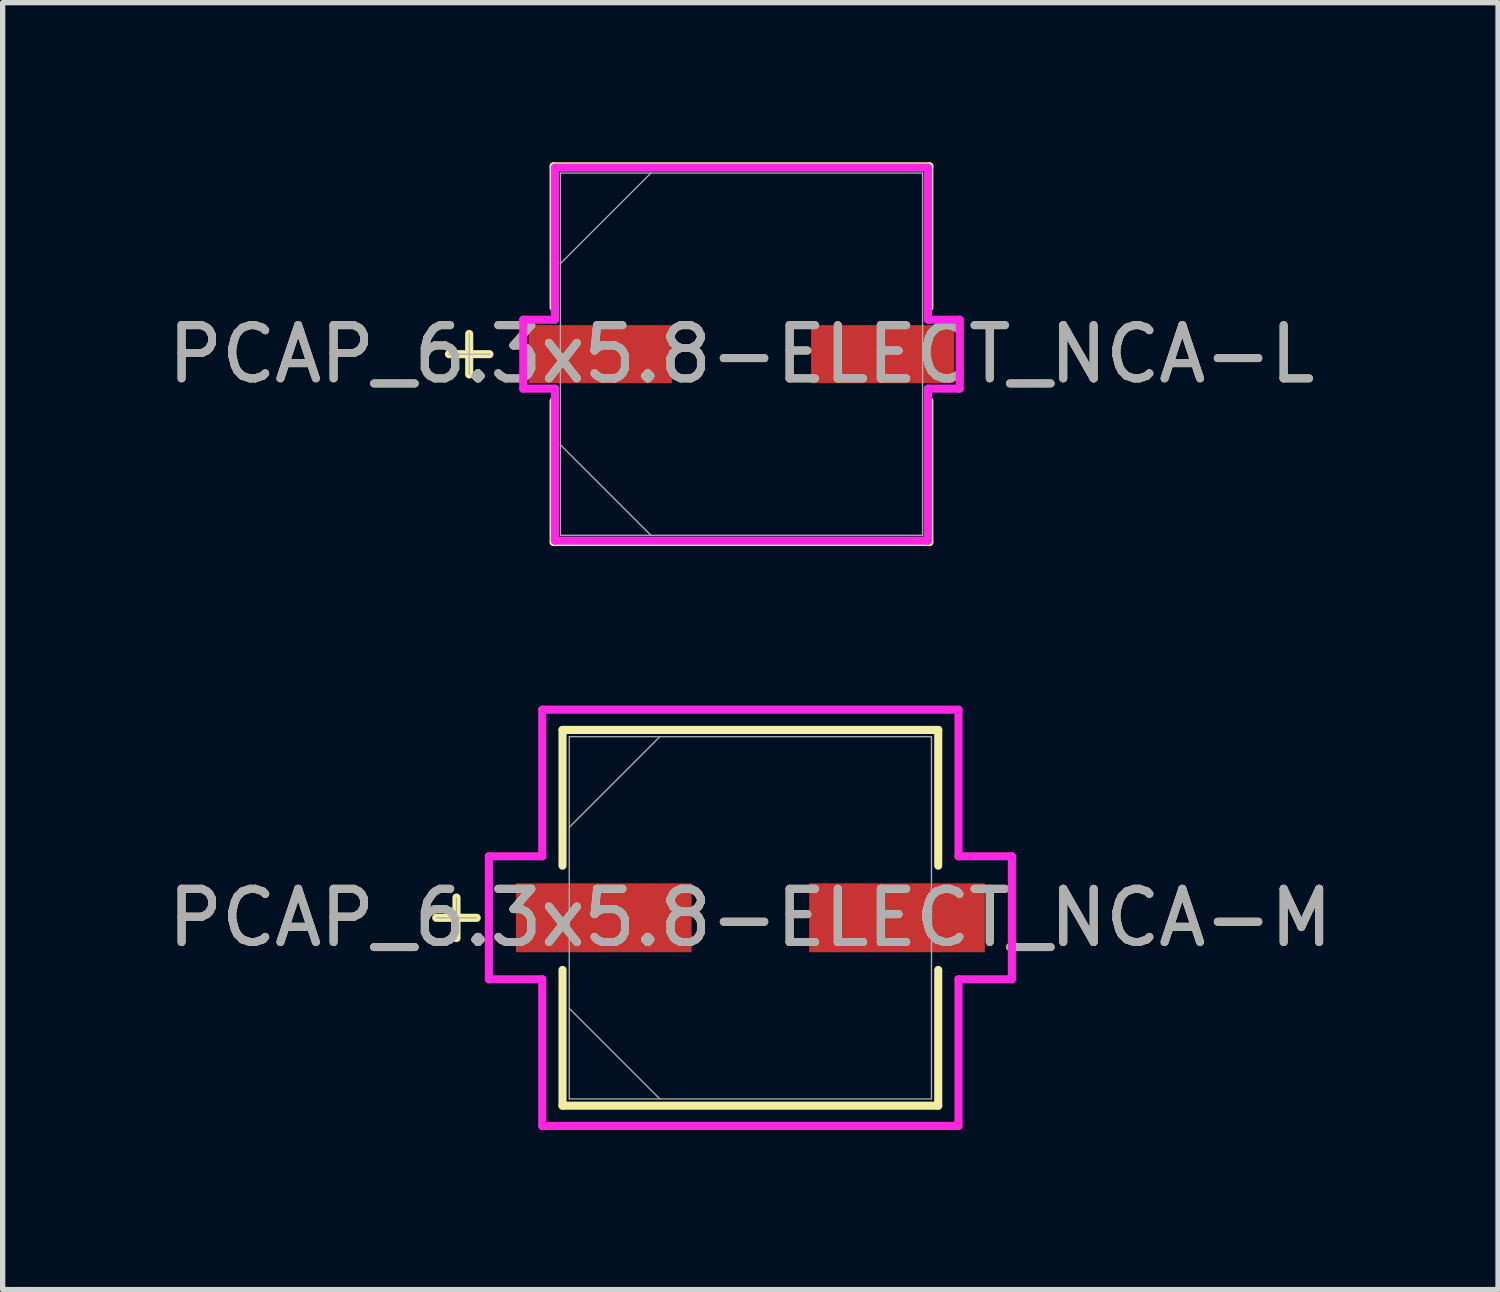
<source format=kicad_pcb>
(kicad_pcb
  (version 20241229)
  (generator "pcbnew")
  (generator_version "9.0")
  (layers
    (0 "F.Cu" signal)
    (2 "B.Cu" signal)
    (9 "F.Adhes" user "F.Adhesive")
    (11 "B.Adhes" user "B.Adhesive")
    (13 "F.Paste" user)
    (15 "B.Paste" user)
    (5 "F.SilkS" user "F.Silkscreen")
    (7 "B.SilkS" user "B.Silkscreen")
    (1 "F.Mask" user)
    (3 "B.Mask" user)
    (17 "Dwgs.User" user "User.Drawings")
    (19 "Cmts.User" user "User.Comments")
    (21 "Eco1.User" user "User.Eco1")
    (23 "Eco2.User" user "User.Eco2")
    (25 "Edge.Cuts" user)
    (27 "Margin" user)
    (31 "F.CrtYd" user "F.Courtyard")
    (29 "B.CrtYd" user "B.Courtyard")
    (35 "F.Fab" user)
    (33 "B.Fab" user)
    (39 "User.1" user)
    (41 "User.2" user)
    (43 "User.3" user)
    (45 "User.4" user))
  (footprint "PCAP_6.3x5.8-ELECT_NCA-M"
    (layer "F.Cu")
    (at 11.054 14.201)
    (property "Reference" "PCAP_6.3x5.8-ELECT_NCA-M" (at 0 0 0) (unlocked yes) (layer "F.SilkS") (effects (font (size 1 1) (thickness 0.15))))
    (attr smd)
    (fp_line (start -5.524 -0.381) (end -5.524 0.381) (stroke (width 0.152) (type solid)) (layer "F.SilkS"))
    (fp_line (start -5.144 0) (end -5.905 0) (stroke (width 0.152) (type solid)) (layer "F.SilkS"))
    (fp_line (start -3.531 -3.531) (end -3.531 -0.98) (stroke (width 0.152) (type solid)) (layer "F.SilkS"))
    (fp_line (start -3.531 0.98) (end -3.531 3.531) (stroke (width 0.152) (type solid)) (layer "F.SilkS"))
    (fp_line (start -3.531 3.531) (end 3.531 3.531) (stroke (width 0.152) (type solid)) (layer "F.SilkS"))
    (fp_line (start 3.531 -3.531) (end -3.531 -3.531) (stroke (width 0.152) (type solid)) (layer "F.SilkS"))
    (fp_line (start 3.531 -0.98) (end 3.531 -3.531) (stroke (width 0.152) (type solid)) (layer "F.SilkS"))
    (fp_line (start 3.531 3.531) (end 3.531 0.98) (stroke (width 0.152) (type solid)) (layer "F.SilkS"))
    (fp_line (start -4.915 -1.156) (end -3.912 -1.156) (stroke (width 0.152) (type solid)) (layer "F.CrtYd"))
    (fp_line (start -4.915 1.156) (end -4.915 -1.156) (stroke (width 0.152) (type solid)) (layer "F.CrtYd"))
    (fp_line (start -3.912 -3.912) (end 3.912 -3.912) (stroke (width 0.152) (type solid)) (layer "F.CrtYd"))
    (fp_line (start -3.912 -1.156) (end -3.912 -3.912) (stroke (width 0.152) (type solid)) (layer "F.CrtYd"))
    (fp_line (start -3.912 1.156) (end -4.915 1.156) (stroke (width 0.152) (type solid)) (layer "F.CrtYd"))
    (fp_line (start -3.912 3.912) (end -3.912 1.156) (stroke (width 0.152) (type solid)) (layer "F.CrtYd"))
    (fp_line (start 3.912 -3.912) (end 3.912 -1.156) (stroke (width 0.152) (type solid)) (layer "F.CrtYd"))
    (fp_line (start 3.912 -1.156) (end 4.915 -1.156) (stroke (width 0.152) (type solid)) (layer "F.CrtYd"))
    (fp_line (start 3.912 1.156) (end 3.912 3.912) (stroke (width 0.152) (type solid)) (layer "F.CrtYd"))
    (fp_line (start 3.912 3.912) (end -3.912 3.912) (stroke (width 0.152) (type solid)) (layer "F.CrtYd"))
    (fp_line (start 4.915 -1.156) (end 4.915 1.156) (stroke (width 0.152) (type solid)) (layer "F.CrtYd"))
    (fp_line (start 4.915 1.156) (end 3.912 1.156) (stroke (width 0.152) (type solid)) (layer "F.CrtYd"))
    (fp_line (start -5.524 -0.381) (end -5.524 0.381) (stroke (width 0.025) (type solid)) (layer "F.Fab"))
    (fp_line (start -5.144 0) (end -5.905 0) (stroke (width 0.025) (type solid)) (layer "F.Fab"))
    (fp_line (start -3.404 -3.404) (end -3.404 3.404) (stroke (width 0.025) (type solid)) (layer "F.Fab"))
    (fp_line (start -3.404 -1.702) (end -1.702 -3.404) (stroke (width 0.025) (type solid)) (layer "F.Fab"))
    (fp_line (start -3.404 1.702) (end -1.702 3.404) (stroke (width 0.025) (type solid)) (layer "F.Fab"))
    (fp_line (start -3.404 3.404) (end 3.404 3.404) (stroke (width 0.025) (type solid)) (layer "F.Fab"))
    (fp_line (start 3.404 -3.404) (end -3.404 -3.404) (stroke (width 0.025) (type solid)) (layer "F.Fab"))
    (fp_line (start 3.404 3.404) (end 3.404 -3.404) (stroke (width 0.025) (type solid)) (layer "F.Fab"))
    (fp_text user "${REFERENCE}" (at 0 0 0) (unlocked yes) (layer "F.Fab") (effects (font (size 1 1) (thickness 0.15))))
    (pad "1" smd rect (at -2.756 0) (size 3.302 1.295) (layers "F.Cu" "F.Mask" "F.Paste"))
    (pad "2" smd rect (at 2.756 0) (size 3.302 1.295) (layers "F.Cu" "F.Mask" "F.Paste"))
    (zone (net_name "") (layer "F.Cu") (hatch full 0.508) (connect_pads) (min_thickness 0.254) (filled_areas_thickness no) (keepout (tracks not_allowed) (vias not_allowed) (pads allowed) (copperpour not_allowed) (footprints allowed)) (placement (enabled no)) (fill) (polygon (pts (xy 7.701 10.849) (xy 14.406 10.849) (xy 14.406 13.503) (xy 7.701 13.503))))
    (zone (net_name "") (layer "F.Cu") (hatch full 0.508) (connect_pads) (min_thickness 0.254) (filled_areas_thickness no) (keepout (tracks not_allowed) (vias not_allowed) (pads allowed) (copperpour not_allowed) (footprints allowed)) (placement (enabled no)) (fill) (polygon (pts (xy 7.701 14.9) (xy 14.406 14.9) (xy 14.406 17.554) (xy 7.701 17.554))))
    (zone (net_name "") (layer "F.Cu") (hatch full 0.508) (connect_pads) (min_thickness 0.254) (filled_areas_thickness no) (keepout (tracks not_allowed) (vias not_allowed) (pads allowed) (copperpour not_allowed) (footprints allowed)) (placement (enabled no)) (fill) (polygon (pts (xy 9.999 13.503) (xy 12.108 13.503) (xy 12.108 14.9) (xy 9.999 14.9)))))
  (footprint "PCAP_6.3x5.8-ELECT_NCA-L"
    (layer "F.Cu")
    (at 10.887 3.607)
    (property "Reference" "PCAP_6.3x5.8-ELECT_NCA-L" (at 0 0 0) (unlocked yes) (layer "F.SilkS") (effects (font (size 1 1) (thickness 0.15))))
    (attr smd)
    (fp_line (start -5.118 -0.381) (end -5.118 0.381) (stroke (width 0.152) (type solid)) (layer "F.SilkS"))
    (fp_line (start -4.737 0) (end -5.499 0) (stroke (width 0.152) (type solid)) (layer "F.SilkS"))
    (fp_line (start -3.531 -3.531) (end -3.531 -0.879) (stroke (width 0.152) (type solid)) (layer "F.SilkS"))
    (fp_line (start -3.531 0.879) (end -3.531 3.531) (stroke (width 0.152) (type solid)) (layer "F.SilkS"))
    (fp_line (start -3.531 3.531) (end 3.531 3.531) (stroke (width 0.152) (type solid)) (layer "F.SilkS"))
    (fp_line (start 3.531 -3.531) (end -3.531 -3.531) (stroke (width 0.152) (type solid)) (layer "F.SilkS"))
    (fp_line (start 3.531 -0.879) (end 3.531 -3.531) (stroke (width 0.152) (type solid)) (layer "F.SilkS"))
    (fp_line (start 3.531 3.531) (end 3.531 0.879) (stroke (width 0.152) (type solid)) (layer "F.SilkS"))
    (fp_line (start -4.102 -0.648) (end -3.505 -0.648) (stroke (width 0.152) (type solid)) (layer "F.CrtYd"))
    (fp_line (start -4.102 0.648) (end -4.102 -0.648) (stroke (width 0.152) (type solid)) (layer "F.CrtYd"))
    (fp_line (start -3.505 -3.505) (end 3.505 -3.505) (stroke (width 0.152) (type solid)) (layer "F.CrtYd"))
    (fp_line (start -3.505 -0.648) (end -3.505 -3.505) (stroke (width 0.152) (type solid)) (layer "F.CrtYd"))
    (fp_line (start -3.505 0.648) (end -4.102 0.648) (stroke (width 0.152) (type solid)) (layer "F.CrtYd"))
    (fp_line (start -3.505 3.505) (end -3.505 0.648) (stroke (width 0.152) (type solid)) (layer "F.CrtYd"))
    (fp_line (start 3.505 -3.505) (end 3.505 -0.648) (stroke (width 0.152) (type solid)) (layer "F.CrtYd"))
    (fp_line (start 3.505 -0.648) (end 4.102 -0.648) (stroke (width 0.152) (type solid)) (layer "F.CrtYd"))
    (fp_line (start 3.505 0.648) (end 3.505 3.505) (stroke (width 0.152) (type solid)) (layer "F.CrtYd"))
    (fp_line (start 3.505 3.505) (end -3.505 3.505) (stroke (width 0.152) (type solid)) (layer "F.CrtYd"))
    (fp_line (start 4.102 -0.648) (end 4.102 0.648) (stroke (width 0.152) (type solid)) (layer "F.CrtYd"))
    (fp_line (start 4.102 0.648) (end 3.505 0.648) (stroke (width 0.152) (type solid)) (layer "F.CrtYd"))
    (fp_line (start -5.118 -0.381) (end -5.118 0.381) (stroke (width 0.025) (type solid)) (layer "F.Fab"))
    (fp_line (start -4.737 0) (end -5.499 0) (stroke (width 0.025) (type solid)) (layer "F.Fab"))
    (fp_line (start -3.404 -3.404) (end -3.404 3.404) (stroke (width 0.025) (type solid)) (layer "F.Fab"))
    (fp_line (start -3.404 -1.702) (end -1.702 -3.404) (stroke (width 0.025) (type solid)) (layer "F.Fab"))
    (fp_line (start -3.404 1.702) (end -1.702 3.404) (stroke (width 0.025) (type solid)) (layer "F.Fab"))
    (fp_line (start -3.404 3.404) (end 3.404 3.404) (stroke (width 0.025) (type solid)) (layer "F.Fab"))
    (fp_line (start 3.404 -3.404) (end -3.404 -3.404) (stroke (width 0.025) (type solid)) (layer "F.Fab"))
    (fp_line (start 3.404 3.404) (end 3.404 -3.404) (stroke (width 0.025) (type solid)) (layer "F.Fab"))
    (fp_text user "${REFERENCE}" (at 0 0 0) (unlocked yes) (layer "F.Fab") (effects (font (size 1 1) (thickness 0.15))))
    (pad "1" smd rect (at -2.654 0) (size 2.692 1.092) (layers "F.Cu" "F.Mask" "F.Paste"))
    (pad "2" smd rect (at 2.654 0) (size 2.692 1.092) (layers "F.Cu" "F.Mask" "F.Paste"))
    (zone (net_name "") (layer "F.Cu") (hatch full 0.508) (connect_pads) (min_thickness 0.254) (filled_areas_thickness no) (keepout (tracks not_allowed) (vias not_allowed) (pads allowed) (copperpour not_allowed) (footprints allowed)) (placement (enabled no)) (fill) (polygon (pts (xy 7.534 0.254) (xy 14.24 0.254) (xy 14.24 3.01) (xy 7.534 3.01))))
    (zone (net_name "") (layer "F.Cu") (hatch full 0.508) (connect_pads) (min_thickness 0.254) (filled_areas_thickness no) (keepout (tracks not_allowed) (vias not_allowed) (pads allowed) (copperpour not_allowed) (footprints allowed)) (placement (enabled no)) (fill) (polygon (pts (xy 7.534 4.204) (xy 14.24 4.204) (xy 14.24 6.96) (xy 7.534 6.96))))
    (zone (net_name "") (layer "F.Cu") (hatch full 0.508) (connect_pads) (min_thickness 0.254) (filled_areas_thickness no) (keepout (tracks not_allowed) (vias not_allowed) (pads allowed) (copperpour not_allowed) (footprints allowed)) (placement (enabled no)) (fill) (polygon (pts (xy 9.63 3.01) (xy 12.144 3.01) (xy 12.144 4.204) (xy 9.63 4.204)))))
  (gr_rect
    (start -3 -3)
    (end 25.107 21.189)
    (stroke (width 0.1) (type default))
    (fill no)
    (layer "Edge.Cuts")))
</source>
